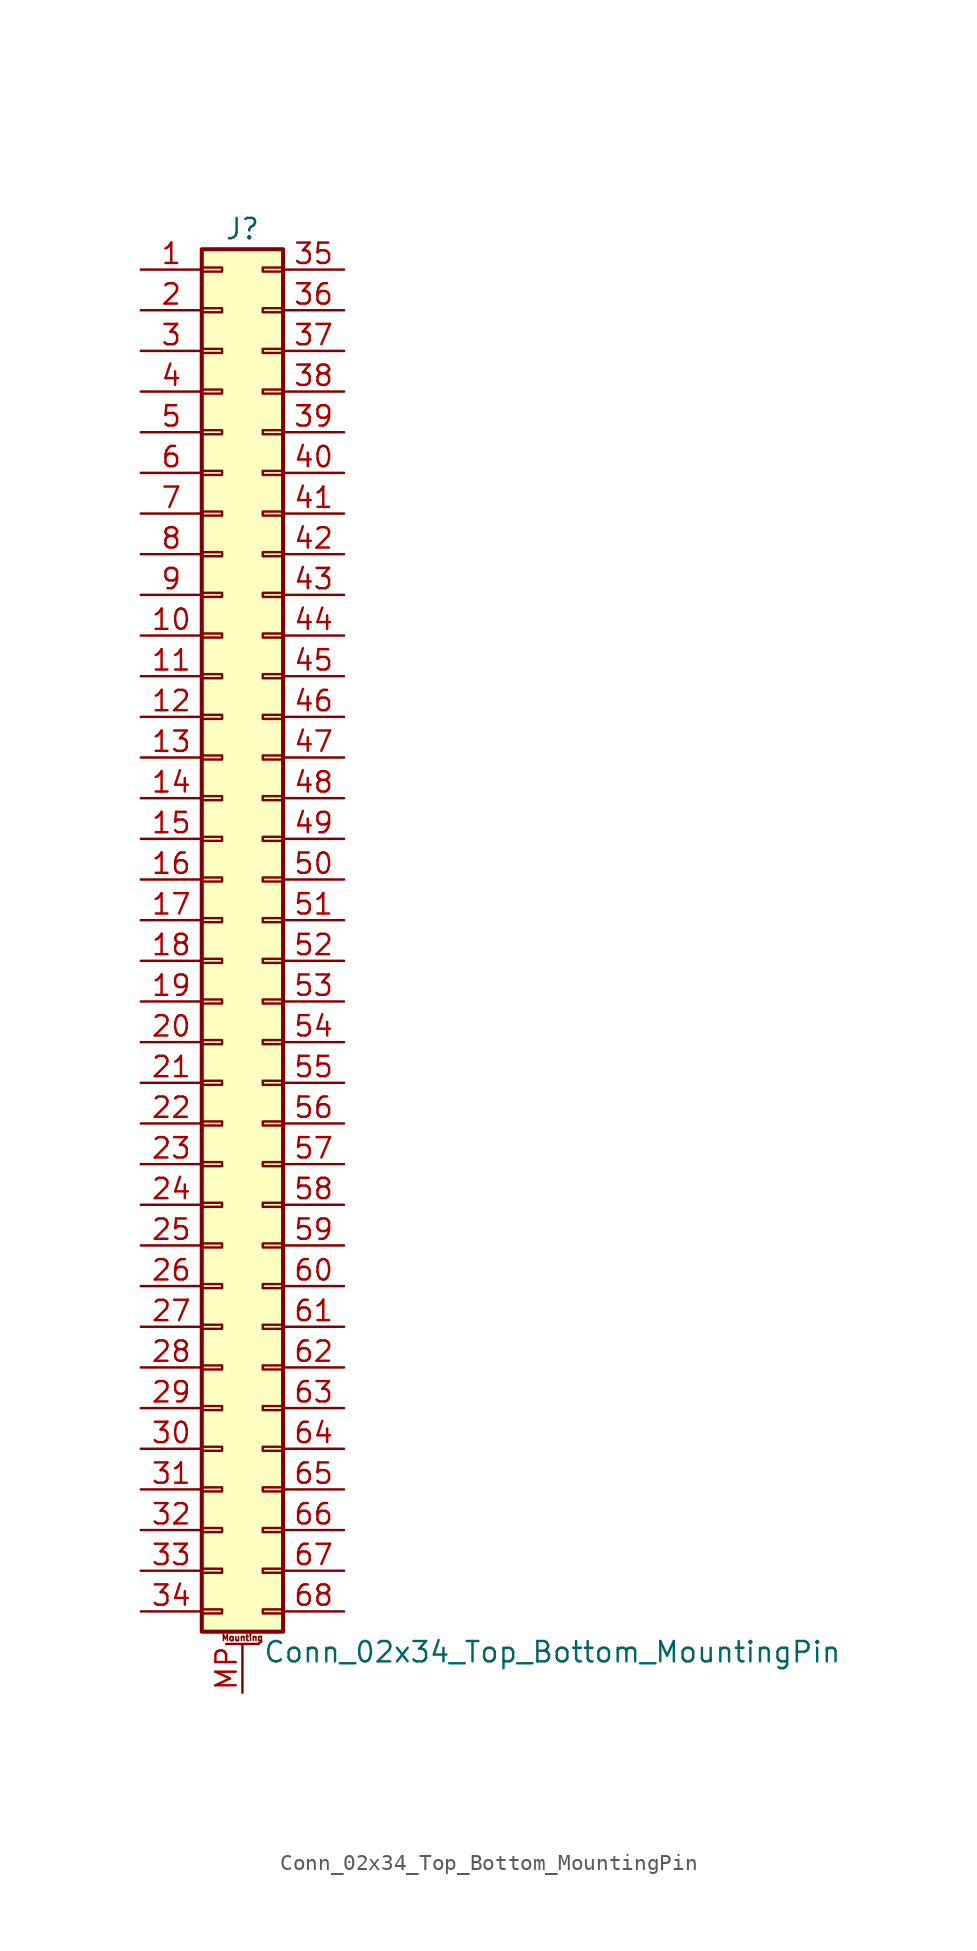
<source format=kicad_sym>
(kicad_symbol_lib
  (version 20201005)
  (generator kicad_symbol_editor)
  (symbol "Connector_Generic_MountingPin:Conn_02x34_Top_Bottom_MountingPin"
    (pin_names
      (offset 1.016) hide)
    (property "Reference" "J"
      (at 1.27 43.18 0)
      (effects (font (size 1.27 1.27))))
    (property "Value" "Conn_02x34_Top_Bottom_MountingPin"
      (at 2.54 -45.72 0)
      (effects (font (size 1.27 1.27)) (justify left)))
    (symbol "Conn_02x34_Top_Bottom_MountingPin_1_1"
      (text "Mounting" (at 1.27 -44.831 0) (effects (font (size 0.381 0.381))))
      (rectangle (start -1.27 -27.813) (end 0 -28.067) (stroke (width 0.152)) (fill (type none)))
      (rectangle (start -1.27 -30.353) (end 0 -30.607) (stroke (width 0.152)) (fill (type none)))
      (rectangle (start -1.27 -32.893) (end 0 -33.147) (stroke (width 0.152)) (fill (type none)))
      (rectangle (start -1.27 -35.433) (end 0 -35.687) (stroke (width 0.152)) (fill (type none)))
      (rectangle (start -1.27 -37.973) (end 0 -38.227) (stroke (width 0.152)) (fill (type none)))
      (rectangle (start -1.27 -40.513) (end 0 -40.767) (stroke (width 0.152)) (fill (type none)))
      (rectangle (start -1.27 -43.053) (end 0 -43.307) (stroke (width 0.152)) (fill (type none)))
      (rectangle (start -1.27 -4.953) (end 0 -5.207) (stroke (width 0.152)) (fill (type none)))
      (rectangle (start -1.27 -7.493) (end 0 -7.747) (stroke (width 0.152)) (fill (type none)))
      (rectangle (start -1.27 -10.033) (end 0 -10.287) (stroke (width 0.152)) (fill (type none)))
      (rectangle (start -1.27 -12.573) (end 0 -12.827) (stroke (width 0.152)) (fill (type none)))
      (rectangle (start -1.27 -15.113) (end 0 -15.367) (stroke (width 0.152)) (fill (type none)))
      (rectangle (start -1.27 -17.653) (end 0 -17.907) (stroke (width 0.152)) (fill (type none)))
      (rectangle (start -1.27 -20.193) (end 0 -20.447) (stroke (width 0.152)) (fill (type none)))
      (rectangle (start -1.27 -22.733) (end 0 -22.987) (stroke (width 0.152)) (fill (type none)))
      (rectangle (start -1.27 -2.413) (end 0 -2.667) (stroke (width 0.152)) (fill (type none)))
      (rectangle (start -1.27 -25.273) (end 0 -25.527) (stroke (width 0.152)) (fill (type none)))
      (rectangle (start -1.27 25.527) (end 0 25.273) (stroke (width 0.152)) (fill (type none)))
      (rectangle (start -1.27 2.667) (end 0 2.413) (stroke (width 0.152)) (fill (type none)))
      (rectangle (start -1.27 28.067) (end 0 27.813) (stroke (width 0.152)) (fill (type none)))
      (rectangle (start -1.27 30.607) (end 0 30.353) (stroke (width 0.152)) (fill (type none)))
      (rectangle (start -1.27 33.147) (end 0 32.893) (stroke (width 0.152)) (fill (type none)))
      (rectangle (start -1.27 35.687) (end 0 35.433) (stroke (width 0.152)) (fill (type none)))
      (rectangle (start -1.27 38.227) (end 0 37.973) (stroke (width 0.152)) (fill (type none)))
      (rectangle (start -1.27 40.767) (end 0 40.513) (stroke (width 0.152)) (fill (type none)))
      (rectangle (start -1.27 41.91) (end 3.81 -44.45) (stroke (width 0.254)) (fill (type background)))
      (rectangle (start -1.27 5.207) (end 0 4.953) (stroke (width 0.152)) (fill (type none)))
      (rectangle (start -1.27 7.747) (end 0 7.493) (stroke (width 0.152)) (fill (type none)))
      (rectangle (start -1.27 10.287) (end 0 10.033) (stroke (width 0.152)) (fill (type none)))
      (rectangle (start -1.27 0.127) (end 0 -0.127) (stroke (width 0.152)) (fill (type none)))
      (rectangle (start -1.27 12.827) (end 0 12.573) (stroke (width 0.152)) (fill (type none)))
      (rectangle (start -1.27 15.367) (end 0 15.113) (stroke (width 0.152)) (fill (type none)))
      (rectangle (start -1.27 17.907) (end 0 17.653) (stroke (width 0.152)) (fill (type none)))
      (rectangle (start -1.27 20.447) (end 0 20.193) (stroke (width 0.152)) (fill (type none)))
      (rectangle (start -1.27 22.987) (end 0 22.733) (stroke (width 0.152)) (fill (type none)))
      (rectangle (start 3.81 -27.813) (end 2.54 -28.067) (stroke (width 0.152)) (fill (type none)))
      (rectangle (start 3.81 -30.353) (end 2.54 -30.607) (stroke (width 0.152)) (fill (type none)))
      (rectangle (start 3.81 -32.893) (end 2.54 -33.147) (stroke (width 0.152)) (fill (type none)))
      (rectangle (start 3.81 -35.433) (end 2.54 -35.687) (stroke (width 0.152)) (fill (type none)))
      (rectangle (start 3.81 -37.973) (end 2.54 -38.227) (stroke (width 0.152)) (fill (type none)))
      (rectangle (start 3.81 -40.513) (end 2.54 -40.767) (stroke (width 0.152)) (fill (type none)))
      (rectangle (start 3.81 -43.053) (end 2.54 -43.307) (stroke (width 0.152)) (fill (type none)))
      (rectangle (start 3.81 -4.953) (end 2.54 -5.207) (stroke (width 0.152)) (fill (type none)))
      (rectangle (start 3.81 -7.493) (end 2.54 -7.747) (stroke (width 0.152)) (fill (type none)))
      (rectangle (start 3.81 -10.033) (end 2.54 -10.287) (stroke (width 0.152)) (fill (type none)))
      (rectangle (start 3.81 -12.573) (end 2.54 -12.827) (stroke (width 0.152)) (fill (type none)))
      (rectangle (start 3.81 -15.113) (end 2.54 -15.367) (stroke (width 0.152)) (fill (type none)))
      (rectangle (start 3.81 -17.653) (end 2.54 -17.907) (stroke (width 0.152)) (fill (type none)))
      (rectangle (start 3.81 -20.193) (end 2.54 -20.447) (stroke (width 0.152)) (fill (type none)))
      (rectangle (start 3.81 -22.733) (end 2.54 -22.987) (stroke (width 0.152)) (fill (type none)))
      (rectangle (start 3.81 -2.413) (end 2.54 -2.667) (stroke (width 0.152)) (fill (type none)))
      (rectangle (start 3.81 -25.273) (end 2.54 -25.527) (stroke (width 0.152)) (fill (type none)))
      (rectangle (start 3.81 25.527) (end 2.54 25.273) (stroke (width 0.152)) (fill (type none)))
      (rectangle (start 3.81 2.667) (end 2.54 2.413) (stroke (width 0.152)) (fill (type none)))
      (rectangle (start 3.81 28.067) (end 2.54 27.813) (stroke (width 0.152)) (fill (type none)))
      (rectangle (start 3.81 30.607) (end 2.54 30.353) (stroke (width 0.152)) (fill (type none)))
      (rectangle (start 3.81 33.147) (end 2.54 32.893) (stroke (width 0.152)) (fill (type none)))
      (rectangle (start 3.81 35.687) (end 2.54 35.433) (stroke (width 0.152)) (fill (type none)))
      (rectangle (start 3.81 38.227) (end 2.54 37.973) (stroke (width 0.152)) (fill (type none)))
      (rectangle (start 3.81 40.767) (end 2.54 40.513) (stroke (width 0.152)) (fill (type none)))
      (rectangle (start 3.81 5.207) (end 2.54 4.953) (stroke (width 0.152)) (fill (type none)))
      (rectangle (start 3.81 7.747) (end 2.54 7.493) (stroke (width 0.152)) (fill (type none)))
      (rectangle (start 3.81 10.287) (end 2.54 10.033) (stroke (width 0.152)) (fill (type none)))
      (rectangle (start 3.81 0.127) (end 2.54 -0.127) (stroke (width 0.152)) (fill (type none)))
      (rectangle (start 3.81 12.827) (end 2.54 12.573) (stroke (width 0.152)) (fill (type none)))
      (rectangle (start 3.81 15.367) (end 2.54 15.113) (stroke (width 0.152)) (fill (type none)))
      (rectangle (start 3.81 17.907) (end 2.54 17.653) (stroke (width 0.152)) (fill (type none)))
      (rectangle (start 3.81 20.447) (end 2.54 20.193) (stroke (width 0.152)) (fill (type none)))
      (rectangle (start 3.81 22.987) (end 2.54 22.733) (stroke (width 0.152)) (fill (type none)))
      (polyline (pts (xy 0.254 -45.212) (xy 2.286 -45.212)) (stroke (width 0.152)) (fill (type none)))
      (pin passive line (at 1.27 -48.26 90) (length 3.048) (name "MountPin" (effects (font (size 1.27 1.27)))) (number "MP" (effects (font (size 1.27 1.27)))))
      (pin passive line (at -5.08 40.64 0) (length 3.81) (name "Pin_1" (effects (font (size 1.27 1.27)))) (number "1" (effects (font (size 1.27 1.27)))))
      (pin passive line (at -5.08 17.78 0) (length 3.81) (name "Pin_10" (effects (font (size 1.27 1.27)))) (number "10" (effects (font (size 1.27 1.27)))))
      (pin passive line (at -5.08 15.24 0) (length 3.81) (name "Pin_11" (effects (font (size 1.27 1.27)))) (number "11" (effects (font (size 1.27 1.27)))))
      (pin passive line (at -5.08 12.7 0) (length 3.81) (name "Pin_12" (effects (font (size 1.27 1.27)))) (number "12" (effects (font (size 1.27 1.27)))))
      (pin passive line (at -5.08 10.16 0) (length 3.81) (name "Pin_13" (effects (font (size 1.27 1.27)))) (number "13" (effects (font (size 1.27 1.27)))))
      (pin passive line (at -5.08 7.62 0) (length 3.81) (name "Pin_14" (effects (font (size 1.27 1.27)))) (number "14" (effects (font (size 1.27 1.27)))))
      (pin passive line (at -5.08 5.08 0) (length 3.81) (name "Pin_15" (effects (font (size 1.27 1.27)))) (number "15" (effects (font (size 1.27 1.27)))))
      (pin passive line (at -5.08 2.54 0) (length 3.81) (name "Pin_16" (effects (font (size 1.27 1.27)))) (number "16" (effects (font (size 1.27 1.27)))))
      (pin passive line (at -5.08 0 0) (length 3.81) (name "Pin_17" (effects (font (size 1.27 1.27)))) (number "17" (effects (font (size 1.27 1.27)))))
      (pin passive line (at -5.08 -2.54 0) (length 3.81) (name "Pin_18" (effects (font (size 1.27 1.27)))) (number "18" (effects (font (size 1.27 1.27)))))
      (pin passive line (at -5.08 -5.08 0) (length 3.81) (name "Pin_19" (effects (font (size 1.27 1.27)))) (number "19" (effects (font (size 1.27 1.27)))))
      (pin passive line (at -5.08 38.1 0) (length 3.81) (name "Pin_2" (effects (font (size 1.27 1.27)))) (number "2" (effects (font (size 1.27 1.27)))))
      (pin passive line (at -5.08 -7.62 0) (length 3.81) (name "Pin_20" (effects (font (size 1.27 1.27)))) (number "20" (effects (font (size 1.27 1.27)))))
      (pin passive line (at -5.08 -10.16 0) (length 3.81) (name "Pin_21" (effects (font (size 1.27 1.27)))) (number "21" (effects (font (size 1.27 1.27)))))
      (pin passive line (at -5.08 -12.7 0) (length 3.81) (name "Pin_22" (effects (font (size 1.27 1.27)))) (number "22" (effects (font (size 1.27 1.27)))))
      (pin passive line (at -5.08 -15.24 0) (length 3.81) (name "Pin_23" (effects (font (size 1.27 1.27)))) (number "23" (effects (font (size 1.27 1.27)))))
      (pin passive line (at -5.08 -17.78 0) (length 3.81) (name "Pin_24" (effects (font (size 1.27 1.27)))) (number "24" (effects (font (size 1.27 1.27)))))
      (pin passive line (at -5.08 -20.32 0) (length 3.81) (name "Pin_25" (effects (font (size 1.27 1.27)))) (number "25" (effects (font (size 1.27 1.27)))))
      (pin passive line (at -5.08 -22.86 0) (length 3.81) (name "Pin_26" (effects (font (size 1.27 1.27)))) (number "26" (effects (font (size 1.27 1.27)))))
      (pin passive line (at -5.08 -25.4 0) (length 3.81) (name "Pin_27" (effects (font (size 1.27 1.27)))) (number "27" (effects (font (size 1.27 1.27)))))
      (pin passive line (at -5.08 -27.94 0) (length 3.81) (name "Pin_28" (effects (font (size 1.27 1.27)))) (number "28" (effects (font (size 1.27 1.27)))))
      (pin passive line (at -5.08 -30.48 0) (length 3.81) (name "Pin_29" (effects (font (size 1.27 1.27)))) (number "29" (effects (font (size 1.27 1.27)))))
      (pin passive line (at -5.08 35.56 0) (length 3.81) (name "Pin_3" (effects (font (size 1.27 1.27)))) (number "3" (effects (font (size 1.27 1.27)))))
      (pin passive line (at -5.08 -33.02 0) (length 3.81) (name "Pin_30" (effects (font (size 1.27 1.27)))) (number "30" (effects (font (size 1.27 1.27)))))
      (pin passive line (at -5.08 -35.56 0) (length 3.81) (name "Pin_31" (effects (font (size 1.27 1.27)))) (number "31" (effects (font (size 1.27 1.27)))))
      (pin passive line (at -5.08 -38.1 0) (length 3.81) (name "Pin_32" (effects (font (size 1.27 1.27)))) (number "32" (effects (font (size 1.27 1.27)))))
      (pin passive line (at -5.08 -40.64 0) (length 3.81) (name "Pin_33" (effects (font (size 1.27 1.27)))) (number "33" (effects (font (size 1.27 1.27)))))
      (pin passive line (at -5.08 -43.18 0) (length 3.81) (name "Pin_34" (effects (font (size 1.27 1.27)))) (number "34" (effects (font (size 1.27 1.27)))))
      (pin passive line (at 7.62 40.64 180) (length 3.81) (name "Pin_35" (effects (font (size 1.27 1.27)))) (number "35" (effects (font (size 1.27 1.27)))))
      (pin passive line (at 7.62 38.1 180) (length 3.81) (name "Pin_36" (effects (font (size 1.27 1.27)))) (number "36" (effects (font (size 1.27 1.27)))))
      (pin passive line (at 7.62 35.56 180) (length 3.81) (name "Pin_37" (effects (font (size 1.27 1.27)))) (number "37" (effects (font (size 1.27 1.27)))))
      (pin passive line (at 7.62 33.02 180) (length 3.81) (name "Pin_38" (effects (font (size 1.27 1.27)))) (number "38" (effects (font (size 1.27 1.27)))))
      (pin passive line (at 7.62 30.48 180) (length 3.81) (name "Pin_39" (effects (font (size 1.27 1.27)))) (number "39" (effects (font (size 1.27 1.27)))))
      (pin passive line (at -5.08 33.02 0) (length 3.81) (name "Pin_4" (effects (font (size 1.27 1.27)))) (number "4" (effects (font (size 1.27 1.27)))))
      (pin passive line (at 7.62 27.94 180) (length 3.81) (name "Pin_40" (effects (font (size 1.27 1.27)))) (number "40" (effects (font (size 1.27 1.27)))))
      (pin passive line (at 7.62 25.4 180) (length 3.81) (name "Pin_41" (effects (font (size 1.27 1.27)))) (number "41" (effects (font (size 1.27 1.27)))))
      (pin passive line (at 7.62 22.86 180) (length 3.81) (name "Pin_42" (effects (font (size 1.27 1.27)))) (number "42" (effects (font (size 1.27 1.27)))))
      (pin passive line (at 7.62 20.32 180) (length 3.81) (name "Pin_43" (effects (font (size 1.27 1.27)))) (number "43" (effects (font (size 1.27 1.27)))))
      (pin passive line (at 7.62 17.78 180) (length 3.81) (name "Pin_44" (effects (font (size 1.27 1.27)))) (number "44" (effects (font (size 1.27 1.27)))))
      (pin passive line (at 7.62 15.24 180) (length 3.81) (name "Pin_45" (effects (font (size 1.27 1.27)))) (number "45" (effects (font (size 1.27 1.27)))))
      (pin passive line (at 7.62 12.7 180) (length 3.81) (name "Pin_46" (effects (font (size 1.27 1.27)))) (number "46" (effects (font (size 1.27 1.27)))))
      (pin passive line (at 7.62 10.16 180) (length 3.81) (name "Pin_47" (effects (font (size 1.27 1.27)))) (number "47" (effects (font (size 1.27 1.27)))))
      (pin passive line (at 7.62 7.62 180) (length 3.81) (name "Pin_48" (effects (font (size 1.27 1.27)))) (number "48" (effects (font (size 1.27 1.27)))))
      (pin passive line (at 7.62 5.08 180) (length 3.81) (name "Pin_49" (effects (font (size 1.27 1.27)))) (number "49" (effects (font (size 1.27 1.27)))))
      (pin passive line (at -5.08 30.48 0) (length 3.81) (name "Pin_5" (effects (font (size 1.27 1.27)))) (number "5" (effects (font (size 1.27 1.27)))))
      (pin passive line (at 7.62 2.54 180) (length 3.81) (name "Pin_50" (effects (font (size 1.27 1.27)))) (number "50" (effects (font (size 1.27 1.27)))))
      (pin passive line (at 7.62 0 180) (length 3.81) (name "Pin_51" (effects (font (size 1.27 1.27)))) (number "51" (effects (font (size 1.27 1.27)))))
      (pin passive line (at 7.62 -2.54 180) (length 3.81) (name "Pin_52" (effects (font (size 1.27 1.27)))) (number "52" (effects (font (size 1.27 1.27)))))
      (pin passive line (at 7.62 -5.08 180) (length 3.81) (name "Pin_53" (effects (font (size 1.27 1.27)))) (number "53" (effects (font (size 1.27 1.27)))))
      (pin passive line (at 7.62 -7.62 180) (length 3.81) (name "Pin_54" (effects (font (size 1.27 1.27)))) (number "54" (effects (font (size 1.27 1.27)))))
      (pin passive line (at 7.62 -10.16 180) (length 3.81) (name "Pin_55" (effects (font (size 1.27 1.27)))) (number "55" (effects (font (size 1.27 1.27)))))
      (pin passive line (at 7.62 -12.7 180) (length 3.81) (name "Pin_56" (effects (font (size 1.27 1.27)))) (number "56" (effects (font (size 1.27 1.27)))))
      (pin passive line (at 7.62 -15.24 180) (length 3.81) (name "Pin_57" (effects (font (size 1.27 1.27)))) (number "57" (effects (font (size 1.27 1.27)))))
      (pin passive line (at 7.62 -17.78 180) (length 3.81) (name "Pin_58" (effects (font (size 1.27 1.27)))) (number "58" (effects (font (size 1.27 1.27)))))
      (pin passive line (at 7.62 -20.32 180) (length 3.81) (name "Pin_59" (effects (font (size 1.27 1.27)))) (number "59" (effects (font (size 1.27 1.27)))))
      (pin passive line (at -5.08 27.94 0) (length 3.81) (name "Pin_6" (effects (font (size 1.27 1.27)))) (number "6" (effects (font (size 1.27 1.27)))))
      (pin passive line (at 7.62 -22.86 180) (length 3.81) (name "Pin_60" (effects (font (size 1.27 1.27)))) (number "60" (effects (font (size 1.27 1.27)))))
      (pin passive line (at 7.62 -25.4 180) (length 3.81) (name "Pin_61" (effects (font (size 1.27 1.27)))) (number "61" (effects (font (size 1.27 1.27)))))
      (pin passive line (at 7.62 -27.94 180) (length 3.81) (name "Pin_62" (effects (font (size 1.27 1.27)))) (number "62" (effects (font (size 1.27 1.27)))))
      (pin passive line (at 7.62 -30.48 180) (length 3.81) (name "Pin_63" (effects (font (size 1.27 1.27)))) (number "63" (effects (font (size 1.27 1.27)))))
      (pin passive line (at 7.62 -33.02 180) (length 3.81) (name "Pin_64" (effects (font (size 1.27 1.27)))) (number "64" (effects (font (size 1.27 1.27)))))
      (pin passive line (at 7.62 -35.56 180) (length 3.81) (name "Pin_65" (effects (font (size 1.27 1.27)))) (number "65" (effects (font (size 1.27 1.27)))))
      (pin passive line (at 7.62 -38.1 180) (length 3.81) (name "Pin_66" (effects (font (size 1.27 1.27)))) (number "66" (effects (font (size 1.27 1.27)))))
      (pin passive line (at 7.62 -40.64 180) (length 3.81) (name "Pin_67" (effects (font (size 1.27 1.27)))) (number "67" (effects (font (size 1.27 1.27)))))
      (pin passive line (at 7.62 -43.18 180) (length 3.81) (name "Pin_68" (effects (font (size 1.27 1.27)))) (number "68" (effects (font (size 1.27 1.27)))))
      (pin passive line (at -5.08 25.4 0) (length 3.81) (name "Pin_7" (effects (font (size 1.27 1.27)))) (number "7" (effects (font (size 1.27 1.27)))))
      (pin passive line (at -5.08 22.86 0) (length 3.81) (name "Pin_8" (effects (font (size 1.27 1.27)))) (number "8" (effects (font (size 1.27 1.27)))))
      (pin passive line (at -5.08 20.32 0) (length 3.81) (name "Pin_9" (effects (font (size 1.27 1.27)))) (number "9" (effects (font (size 1.27 1.27))))))))
</source>
